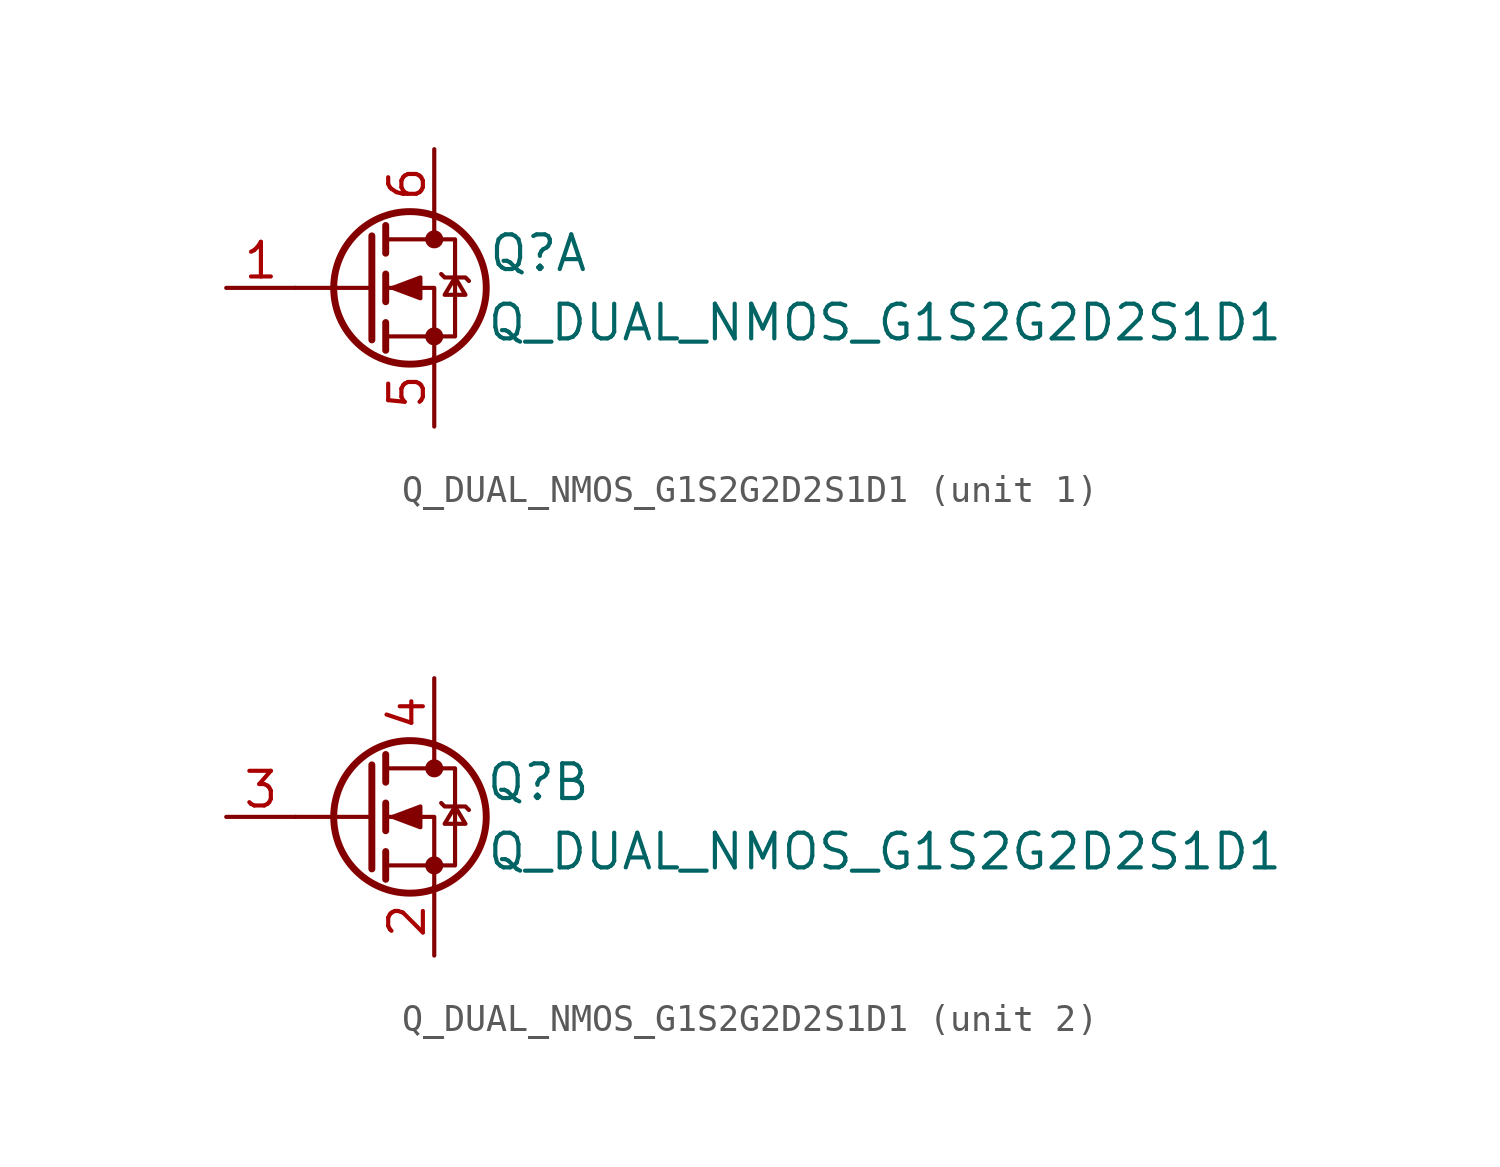
<source format=kicad_sym>
(kicad_symbol_lib
  (version 20211014)
  (generator kicad_symbol_editor)
  (symbol "Q_DUAL_NMOS_G1S2G2D2S1D1"
    (pin_names
      (offset 0) hide)
    (property "Reference" "Q"
      (at 6.35 1.27 0)
      (effects (font (size 1.27 1.27))))
    (property "Value" "Q_DUAL_NMOS_G1S2G2D2S1D1"
      (at 19.05 -1.27 0)
      (effects (font (size 1.27 1.27))))
    (symbol "Q_DUAL_NMOS_G1S2G2D2S1D1_0_1"
      (polyline (pts (xy 0.254 0) (xy -2.54 0)) (stroke (width 0) (type default) (color 0 0 0 0)) (fill (type none)))
      (polyline (pts (xy 0.254 1.905) (xy 0.254 -1.905)) (stroke (width 0.254) (type default) (color 0 0 0 0)) (fill (type none)))
      (polyline (pts (xy 0.762 -1.27) (xy 0.762 -2.286)) (stroke (width 0.254) (type default) (color 0 0 0 0)) (fill (type none)))
      (polyline (pts (xy 0.762 0.508) (xy 0.762 -0.508)) (stroke (width 0.254) (type default) (color 0 0 0 0)) (fill (type none)))
      (polyline (pts (xy 0.762 2.286) (xy 0.762 1.27)) (stroke (width 0.254) (type default) (color 0 0 0 0)) (fill (type none)))
      (polyline (pts (xy 2.54 2.54) (xy 2.54 1.778)) (stroke (width 0) (type default) (color 0 0 0 0)) (fill (type none)))
      (polyline (pts (xy 2.54 -2.54) (xy 2.54 0) (xy 0.762 0)) (stroke (width 0) (type default) (color 0 0 0 0)) (fill (type none)))
      (polyline (pts (xy 0.762 -1.778) (xy 3.302 -1.778) (xy 3.302 1.778) (xy 0.762 1.778)) (stroke (width 0) (type default) (color 0 0 0 0)) (fill (type none)))
      (polyline (pts (xy 1.016 0) (xy 2.032 0.381) (xy 2.032 -0.381) (xy 1.016 0)) (stroke (width 0) (type default) (color 0 0 0 0)) (fill (type outline)))
      (polyline (pts (xy 2.794 0.508) (xy 2.921 0.381) (xy 3.683 0.381) (xy 3.81 0.254)) (stroke (width 0) (type default) (color 0 0 0 0)) (fill (type none)))
      (polyline (pts (xy 3.302 0.381) (xy 2.921 -0.254) (xy 3.683 -0.254) (xy 3.302 0.381)) (stroke (width 0) (type default) (color 0 0 0 0)) (fill (type none)))
      (circle (center 1.651 0) (radius 2.794) (stroke (width 0.254) (type default) (color 0 0 0 0)) (fill (type none)))
      (circle (center 2.54 -1.778) (radius 0.254) (stroke (width 0) (type default) (color 0 0 0 0)) (fill (type outline)))
      (circle (center 2.54 1.778) (radius 0.254) (stroke (width 0) (type default) (color 0 0 0 0)) (fill (type outline))))
    (symbol "Q_DUAL_NMOS_G1S2G2D2S1D1_1_1"
      (pin input line (at -5.08 0 0) (length 2.54) (name "G" (effects (font (size 1.27 1.27)))) (number "1" (effects (font (size 1.27 1.27)))))
      (pin passive line (at 2.54 -5.08 90) (length 2.54) (name "S" (effects (font (size 1.27 1.27)))) (number "5" (effects (font (size 1.27 1.27)))))
      (pin passive line (at 2.54 5.08 270) (length 2.54) (name "D" (effects (font (size 1.27 1.27)))) (number "6" (effects (font (size 1.27 1.27))))))
    (symbol "Q_DUAL_NMOS_G1S2G2D2S1D1_2_1"
      (pin passive line (at 2.54 -5.08 90) (length 2.54) (name "S" (effects (font (size 1.27 1.27)))) (number "2" (effects (font (size 1.27 1.27)))))
      (pin input line (at -5.08 0 0) (length 2.54) (name "G" (effects (font (size 1.27 1.27)))) (number "3" (effects (font (size 1.27 1.27)))))
      (pin passive line (at 2.54 5.08 270) (length 2.54) (name "D" (effects (font (size 1.27 1.27)))) (number "4" (effects (font (size 1.27 1.27))))))))
</source>
